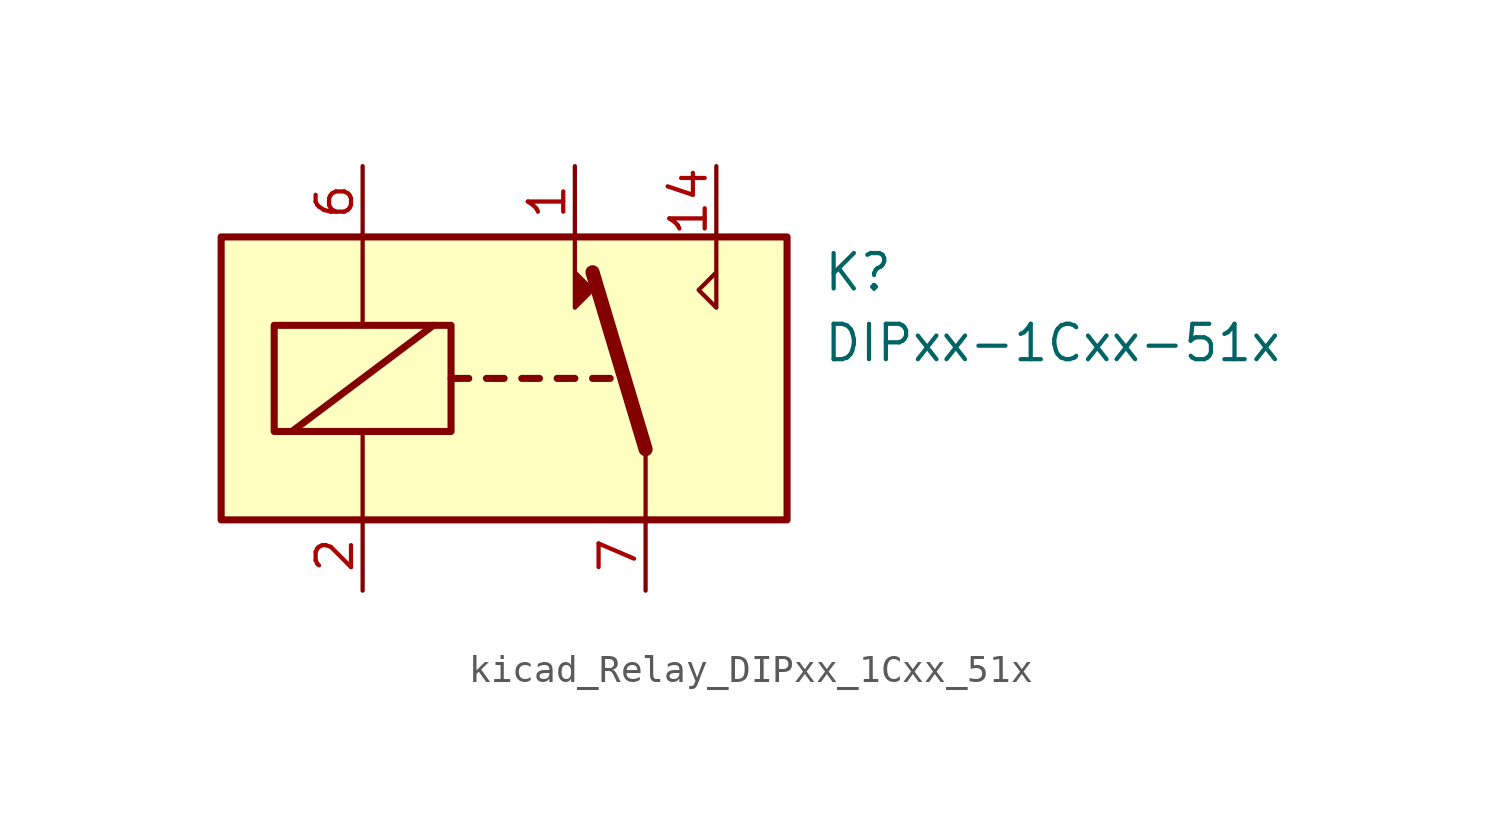
<source format=kicad_sym>
(kicad_symbol_lib
  (version 20220914)
  (generator kicad_symbol_editor)
  (symbol "kicad_Relay_DIPxx_1Cxx_51x"
    (property "Reference" "K"
      (at 11.43 3.81 0)
      (effects (font (size 1.27 1.27)) (justify left)))
    (property "Value" "DIPxx-1Cxx-51x"
      (at 11.43 1.27 0)
      (effects (font (size 1.27 1.27)) (justify left)))
    (symbol "kicad_Relay_DIPxx_1Cxx_51x_0_0"
      (polyline (pts (xy 2.54 5.08) (xy 2.54 2.54) (xy 3.175 3.175) (xy 2.54 3.81)) (stroke (width 0) (type default)) (fill (type outline)))
      (polyline (pts (xy 7.62 5.08) (xy 7.62 2.54) (xy 6.985 3.175) (xy 7.62 3.81)) (stroke (width 0) (type default)) (fill (type none))))
    (symbol "kicad_Relay_DIPxx_1Cxx_51x_0_1"
      (rectangle (start -10.16 5.08) (end 10.16 -5.08) (stroke (width 0.254) (type default)) (fill (type background)))
      (rectangle (start -8.255 1.905) (end -1.905 -1.905) (stroke (width 0.254) (type default)) (fill (type none)))
      (polyline (pts (xy -7.62 -1.905) (xy -2.54 1.905)) (stroke (width 0.254) (type default)) (fill (type none)))
      (polyline (pts (xy -5.08 -5.08) (xy -5.08 -1.905)) (stroke (width 0) (type default)) (fill (type none)))
      (polyline (pts (xy -5.08 5.08) (xy -5.08 1.905)) (stroke (width 0) (type default)) (fill (type none)))
      (polyline (pts (xy -1.905 0) (xy -1.27 0)) (stroke (width 0.254) (type default)) (fill (type none)))
      (polyline (pts (xy -0.635 0) (xy 0 0)) (stroke (width 0.254) (type default)) (fill (type none)))
      (polyline (pts (xy 0.635 0) (xy 1.27 0)) (stroke (width 0.254) (type default)) (fill (type none)))
      (polyline (pts (xy 1.905 0) (xy 2.54 0)) (stroke (width 0.254) (type default)) (fill (type none)))
      (polyline (pts (xy 3.175 0) (xy 3.81 0)) (stroke (width 0.254) (type default)) (fill (type none)))
      (polyline (pts (xy 5.08 -2.54) (xy 3.175 3.81)) (stroke (width 0.508) (type default)) (fill (type none)))
      (polyline (pts (xy 5.08 -2.54) (xy 5.08 -5.08)) (stroke (width 0) (type default)) (fill (type none))))
    (symbol "kicad_Relay_DIPxx_1Cxx_51x_1_1"
      (pin passive line (at 2.54 7.62 270) (length 2.54) (name "~" (effects (font (size 1.27 1.27)))) (number "1" (effects (font (size 1.27 1.27)))))
      (pin passive line (at 7.62 7.62 270) (length 2.54) (name "~" (effects (font (size 1.27 1.27)))) (number "14" (effects (font (size 1.27 1.27)))))
      (pin passive line (at -5.08 -7.62 90) (length 2.54) (name "~" (effects (font (size 1.27 1.27)))) (number "2" (effects (font (size 1.27 1.27)))))
      (pin passive line (at -5.08 7.62 270) (length 2.54) (name "~" (effects (font (size 1.27 1.27)))) (number "6" (effects (font (size 1.27 1.27)))))
      (pin passive line (at 5.08 -7.62 90) (length 2.54) (name "~" (effects (font (size 1.27 1.27)))) (number "7" (effects (font (size 1.27 1.27)))))
      (pin passive line (at 5.08 -7.62 90) (length 2.54) hide (name "~" (effects (font (size 1.27 1.27)))) (number "8" (effects (font (size 1.27 1.27))))))))
</source>
